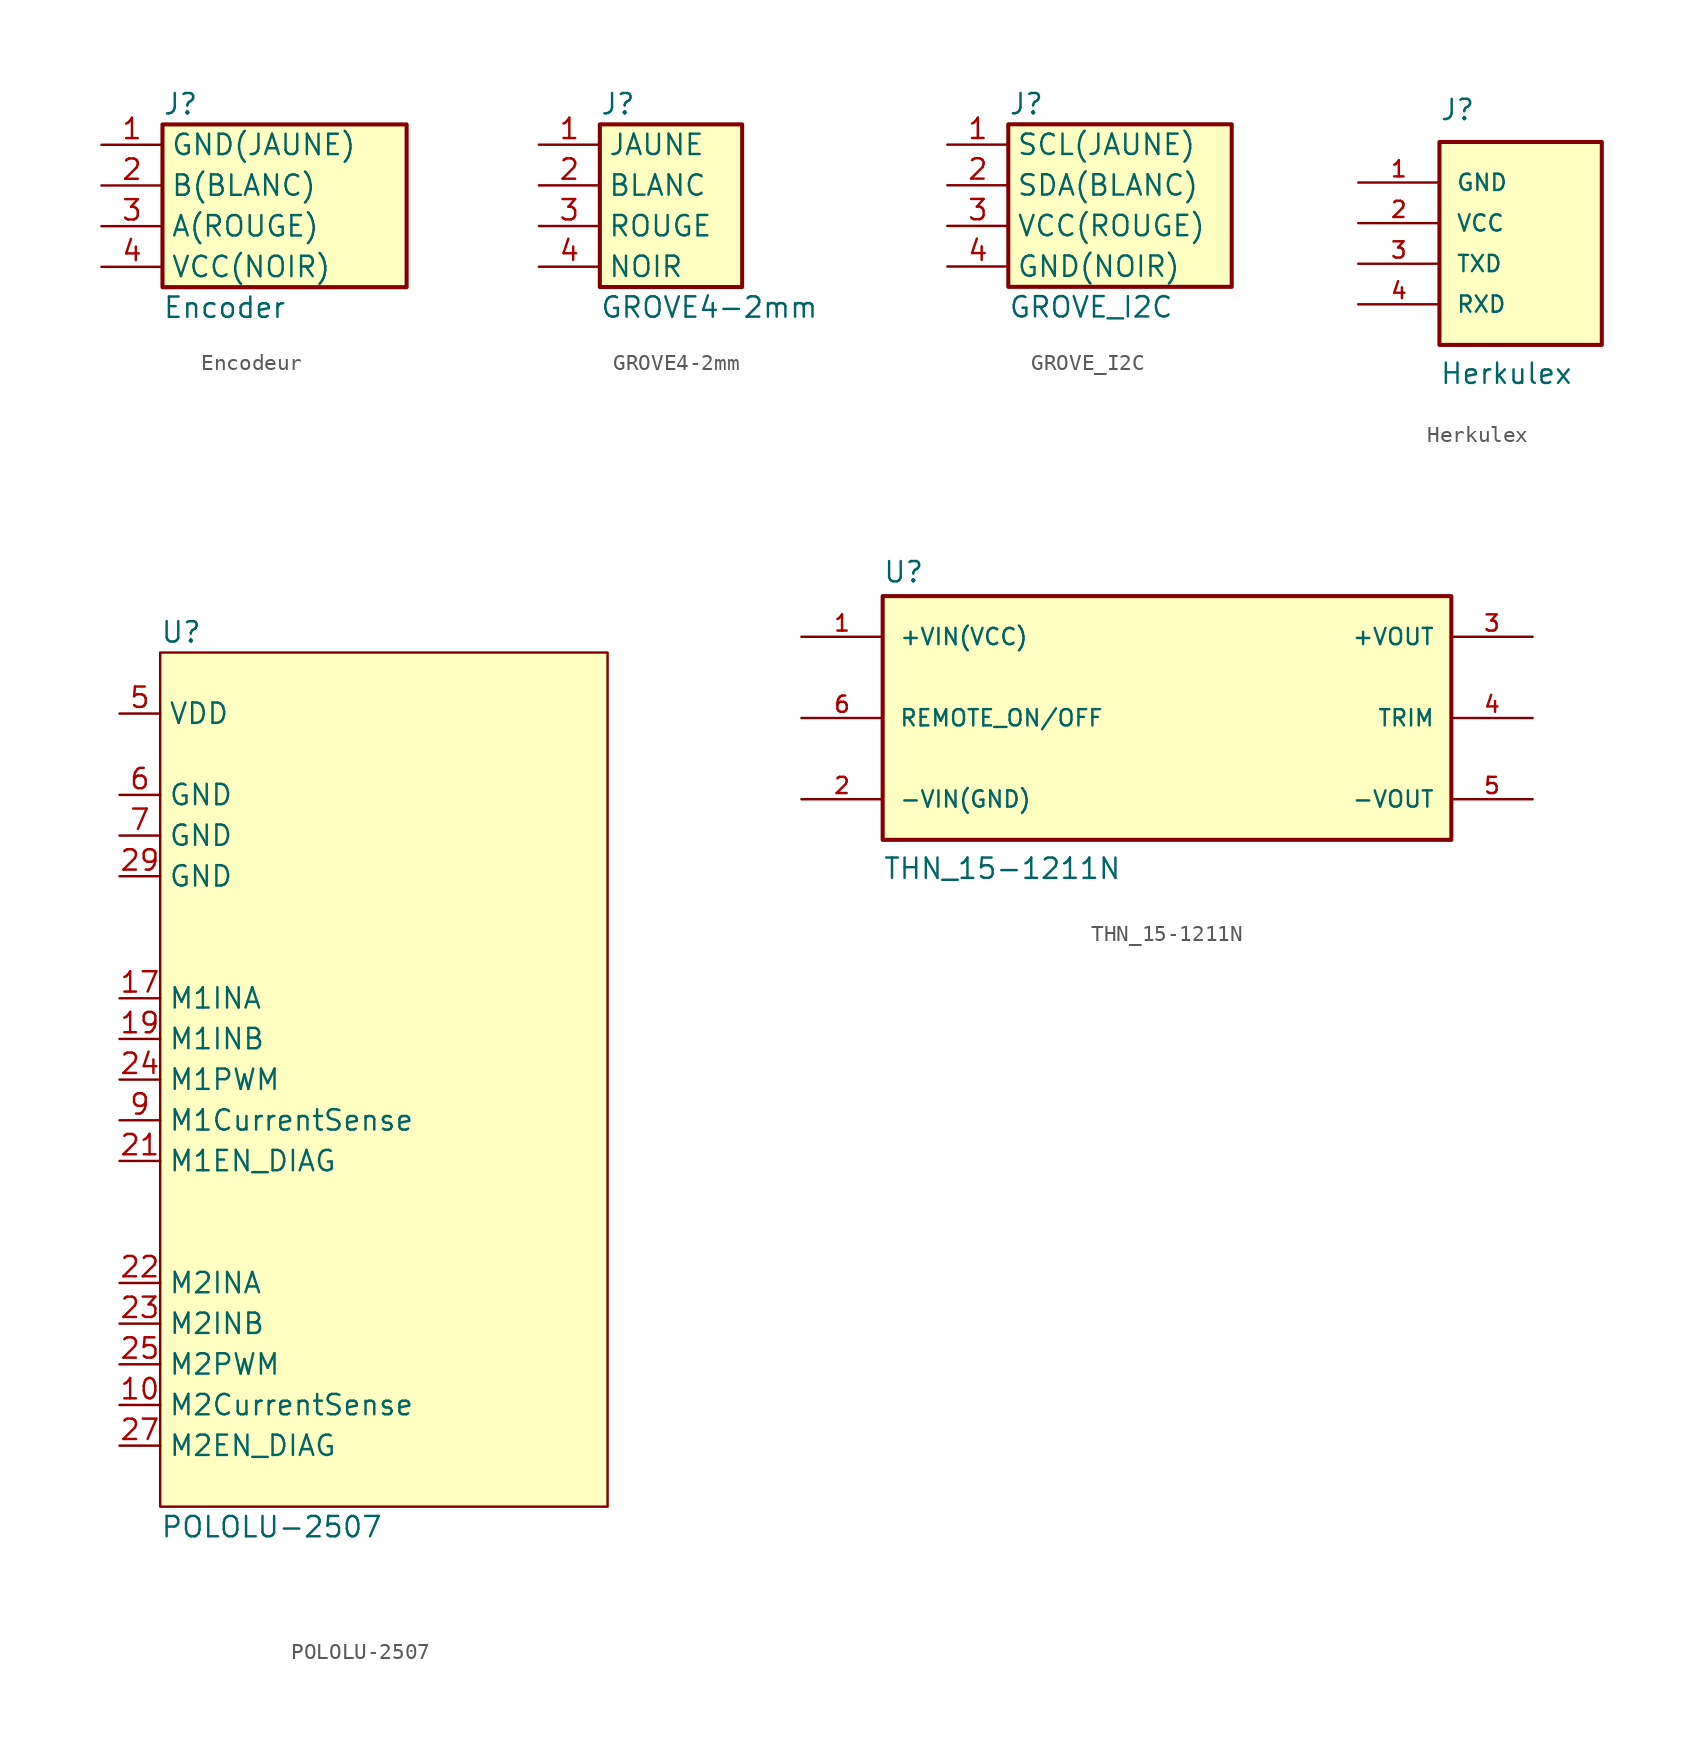
<source format=kicad_sym>
(kicad_symbol_lib
  (version 20220914)
  (generator kicad_symbol_editor)
  (symbol "Encodeur"
    (property "Reference" "J"
      (at -1.27 -1.27 0)
      (effects (font (size 1.27 1.27)) (justify left)))
    (property "Value" "Encoder"
      (at -1.27 -13.97 0)
      (effects (font (size 1.27 1.27)) (justify left)))
    (symbol "Encodeur_1_1"
      (rectangle (start -1.27 -2.54) (end 13.97 -12.7) (stroke (width 0.254) (type default)) (fill (type background)))
      (pin passive line (at -5.08 -3.81 0) (length 3.81) (name "GND(JAUNE)" (effects (font (size 1.27 1.27)))) (number "1" (effects (font (size 1.27 1.27)))))
      (pin passive line (at -5.08 -6.35 0) (length 3.81) (name "B(BLANC)" (effects (font (size 1.27 1.27)))) (number "2" (effects (font (size 1.27 1.27)))))
      (pin passive line (at -5.08 -8.89 0) (length 3.81) (name "A(ROUGE)" (effects (font (size 1.27 1.27)))) (number "3" (effects (font (size 1.27 1.27)))))
      (pin passive line (at -5.08 -11.43 0) (length 3.81) (name "VCC(NOIR)" (effects (font (size 1.27 1.27)))) (number "4" (effects (font (size 1.27 1.27)))))))
  (symbol "GROVE4-2mm"
    (property "Reference" "J"
      (at 1.27 1.27 0)
      (effects (font (size 1.27 1.27)) (justify left)))
    (property "Value" "GROVE4-2mm"
      (at 1.27 -11.43 0)
      (effects (font (size 1.27 1.27)) (justify left)))
    (symbol "GROVE4-2mm_1_1"
      (rectangle (start 1.27 0) (end 10.16 -10.16) (stroke (width 0.254) (type default)) (fill (type background)))
      (pin passive line (at -2.54 -1.27 0) (length 3.81) (name "JAUNE" (effects (font (size 1.27 1.27)))) (number "1" (effects (font (size 1.27 1.27)))))
      (pin passive line (at -2.54 -3.81 0) (length 3.81) (name "BLANC" (effects (font (size 1.27 1.27)))) (number "2" (effects (font (size 1.27 1.27)))))
      (pin passive line (at -2.54 -6.35 0) (length 3.81) (name "ROUGE" (effects (font (size 1.27 1.27)))) (number "3" (effects (font (size 1.27 1.27)))))
      (pin passive line (at -2.54 -8.89 0) (length 3.81) (name "NOIR" (effects (font (size 1.27 1.27)))) (number "4" (effects (font (size 1.27 1.27)))))))
  (symbol "GROVE_I2C"
    (property "Reference" "J"
      (at -1.27 -2.54 0)
      (effects (font (size 1.27 1.27)) (justify left)))
    (property "Value" "GROVE_I2C"
      (at -1.27 -15.24 0)
      (effects (font (size 1.27 1.27)) (justify left)))
    (symbol "GROVE_I2C_1_1"
      (rectangle (start -1.27 -3.81) (end 12.7 -13.97) (stroke (width 0.254) (type default)) (fill (type background)))
      (pin passive line (at -5.08 -5.08 0) (length 3.81) (name "SCL(JAUNE)" (effects (font (size 1.27 1.27)))) (number "1" (effects (font (size 1.27 1.27)))))
      (pin passive line (at -5.08 -7.62 0) (length 3.81) (name "SDA(BLANC)" (effects (font (size 1.27 1.27)))) (number "2" (effects (font (size 1.27 1.27)))))
      (pin passive line (at -5.08 -10.16 0) (length 3.81) (name "VCC(ROUGE)" (effects (font (size 1.27 1.27)))) (number "3" (effects (font (size 1.27 1.27)))))
      (pin passive line (at -5.08 -12.7 0) (length 3.81) (name "GND(NOIR)" (effects (font (size 1.27 1.27)))) (number "4" (effects (font (size 1.27 1.27)))))))
  (symbol "Herkulex"
    (pin_names
      (offset 1.016))
    (property "Reference" "J"
      (at 0 1.27 0)
      (effects (font (size 1.27 1.27)) (justify left bottom)))
    (property "Value" "Herkulex"
      (at 0 -15.24 0)
      (effects (font (size 1.27 1.27)) (justify left bottom)))
    (symbol "Herkulex_0_0"
      (rectangle (start 0 -12.7) (end 10.16 0) (stroke (width 0.254) (type default)) (fill (type background))))
    (symbol "Herkulex_1_0"
      (pin passive line (at -5.08 -2.54 0) (length 5.08) (name "GND" (effects (font (size 1.016 1.016)))) (number "1" (effects (font (size 1.016 1.016)))))
      (pin passive line (at -5.08 -5.08 0) (length 5.08) (name "VCC" (effects (font (size 1.016 1.016)))) (number "2" (effects (font (size 1.016 1.016)))))
      (pin passive line (at -5.08 -7.62 0) (length 5.08) (name "TXD" (effects (font (size 1.016 1.016)))) (number "3" (effects (font (size 1.016 1.016)))))
      (pin passive line (at -5.08 -10.16 0) (length 5.08) (name "RXD" (effects (font (size 1.016 1.016)))) (number "4" (effects (font (size 1.016 1.016)))))))
  (symbol "POLOLU-2507"
    (property "Reference" "U"
      (at 2.54 5.08 0)
      (effects (font (size 1.27 1.27)) (justify left)))
    (property "Value" "POLOLU-2507"
      (at 2.54 -50.8 0)
      (effects (font (size 1.27 1.27)) (justify left)))
    (symbol "POLOLU-2507_0_1"
      (rectangle (start 2.54 3.81) (end 30.48 -49.53) (stroke (width 0) (type default)) (fill (type background))))
    (symbol "POLOLU-2507_1_1"
      (pin output line (at 0 -43.18 0) (length 2.54) (name "M2CurrentSense" (effects (font (size 1.27 1.27)))) (number "10" (effects (font (size 1.27 1.27)))))
      (pin input line (at 0 -17.78 0) (length 2.54) (name "M1INA" (effects (font (size 1.27 1.27)))) (number "17" (effects (font (size 1.27 1.27)))))
      (pin input line (at 0 -20.32 0) (length 2.54) (name "M1INB" (effects (font (size 1.27 1.27)))) (number "19" (effects (font (size 1.27 1.27)))))
      (pin input line (at 0 -27.94 0) (length 2.54) (name "M1EN_DIAG" (effects (font (size 1.27 1.27)))) (number "21" (effects (font (size 1.27 1.27)))))
      (pin input line (at 0 -35.56 0) (length 2.54) (name "M2INA" (effects (font (size 1.27 1.27)))) (number "22" (effects (font (size 1.27 1.27)))))
      (pin input line (at 0 -38.1 0) (length 2.54) (name "M2INB" (effects (font (size 1.27 1.27)))) (number "23" (effects (font (size 1.27 1.27)))))
      (pin input line (at 0 -22.86 0) (length 2.54) (name "M1PWM" (effects (font (size 1.27 1.27)))) (number "24" (effects (font (size 1.27 1.27)))))
      (pin input line (at 0 -40.64 0) (length 2.54) (name "M2PWM" (effects (font (size 1.27 1.27)))) (number "25" (effects (font (size 1.27 1.27)))))
      (pin input line (at 0 -45.72 0) (length 2.54) (name "M2EN_DIAG" (effects (font (size 1.27 1.27)))) (number "27" (effects (font (size 1.27 1.27)))))
      (pin power_in line (at 0 -10.16 0) (length 2.54) (name "GND" (effects (font (size 1.27 1.27)))) (number "29" (effects (font (size 1.27 1.27)))))
      (pin power_in line (at 0 0 0) (length 2.54) (name "VDD" (effects (font (size 1.27 1.27)))) (number "5" (effects (font (size 1.27 1.27)))))
      (pin power_in line (at 0 -5.08 0) (length 2.54) (name "GND" (effects (font (size 1.27 1.27)))) (number "6" (effects (font (size 1.27 1.27)))))
      (pin power_in line (at 0 -7.62 0) (length 2.54) (name "GND" (effects (font (size 1.27 1.27)))) (number "7" (effects (font (size 1.27 1.27)))))
      (pin output line (at 0 -25.4 0) (length 2.54) (name "M1CurrentSense" (effects (font (size 1.27 1.27)))) (number "9" (effects (font (size 1.27 1.27)))))))
  (symbol "THN_15-1211N"
    (pin_names
      (offset 1.016))
    (property "Reference" "U"
      (at -17.78 8.382 0)
      (effects (font (size 1.27 1.27)) (justify left bottom)))
    (property "Value" "THN_15-1211N"
      (at -17.78 -10.16 0)
      (effects (font (size 1.27 1.27)) (justify left bottom)))
    (symbol "THN_15-1211N_0_0"
      (rectangle (start -17.78 -7.62) (end 17.78 7.62) (stroke (width 0.254) (type default)) (fill (type background)))
      (pin input line (at -22.86 5.08 0) (length 5.08) (name "+VIN(VCC)" (effects (font (size 1.016 1.016)))) (number "1" (effects (font (size 1.016 1.016)))))
      (pin input line (at -22.86 -5.08 0) (length 5.08) (name "-VIN(GND)" (effects (font (size 1.016 1.016)))) (number "2" (effects (font (size 1.016 1.016)))))
      (pin output line (at 22.86 5.08 180) (length 5.08) (name "+VOUT" (effects (font (size 1.016 1.016)))) (number "3" (effects (font (size 1.016 1.016)))))
      (pin passive line (at 22.86 0 180) (length 5.08) (name "TRIM" (effects (font (size 1.016 1.016)))) (number "4" (effects (font (size 1.016 1.016)))))
      (pin output line (at 22.86 -5.08 180) (length 5.08) (name "-VOUT" (effects (font (size 1.016 1.016)))) (number "5" (effects (font (size 1.016 1.016)))))
      (pin input line (at -22.86 0 0) (length 5.08) (name "REMOTE_ON/OFF" (effects (font (size 1.016 1.016)))) (number "6" (effects (font (size 1.016 1.016))))))))
</source>
